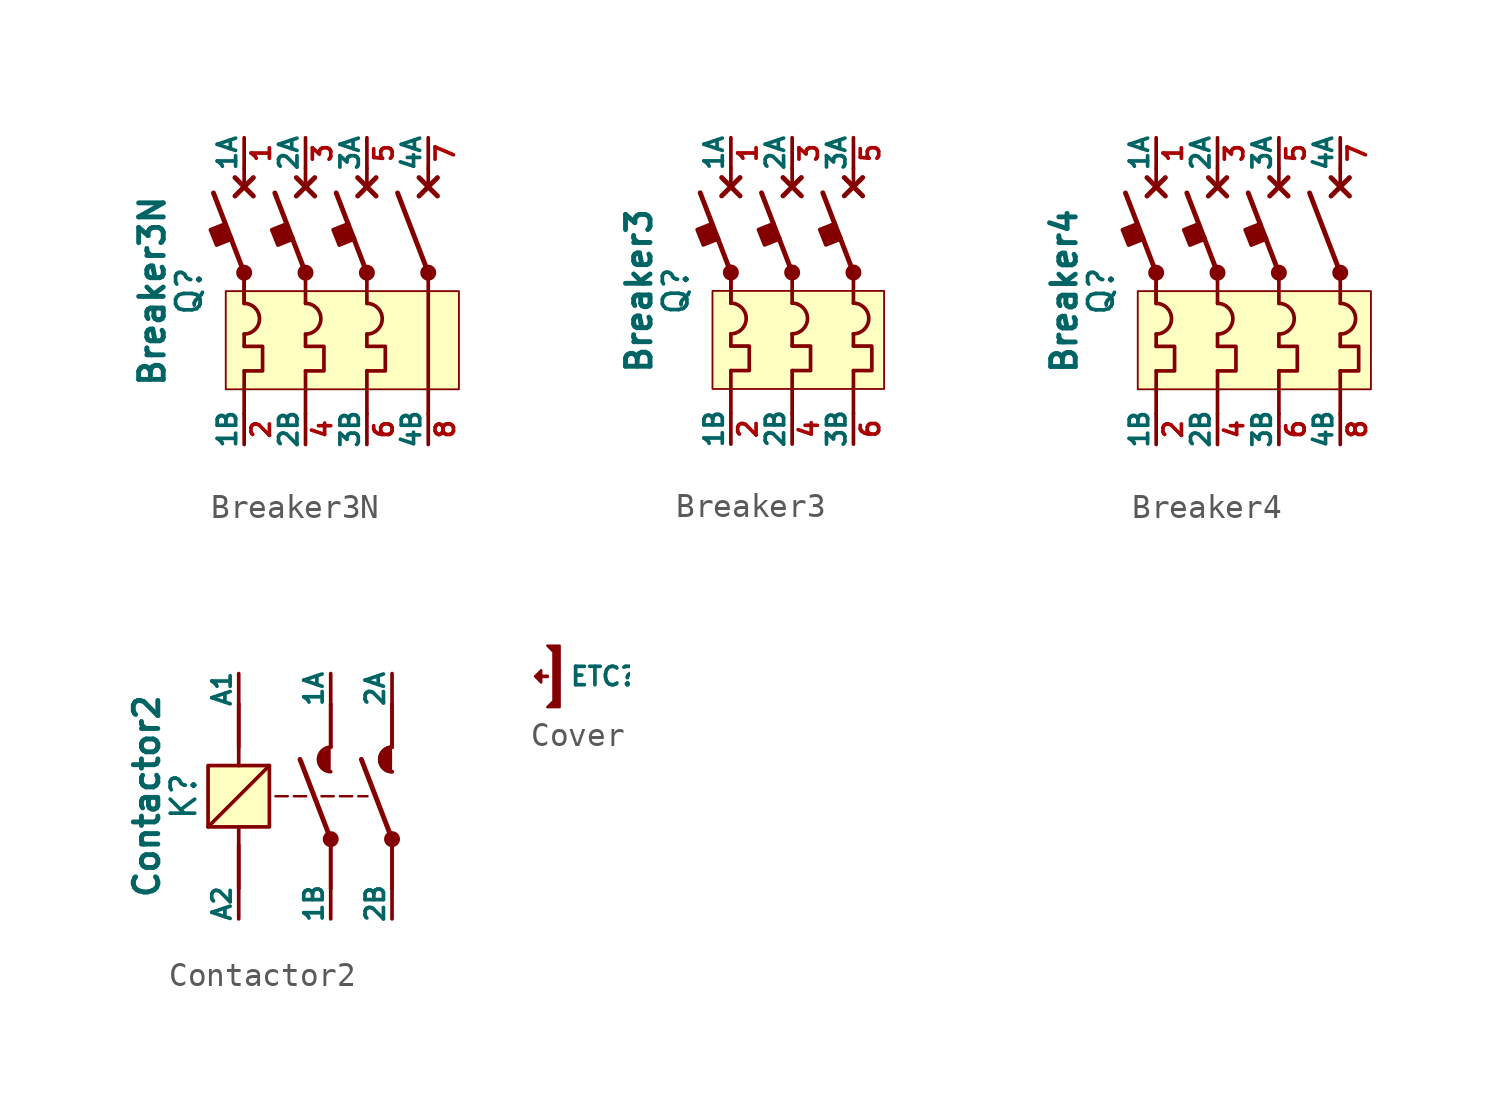
<source format=kicad_sym>
(kicad_symbol_lib
  (version 20231120)
  (generator "kicad_symbol_editor")
  (generator_version "8.0")
  (symbol "Breaker3N"
    (pin_names
      (offset 0))
    (property "Reference" "Q"
      (at -6.096 0 90)
      (effects (font (size 1.016 1.016))))
    (property "Value" "Breaker3N"
      (at -7.62 0 90)
      (effects (font (size 1.016 1.016) (bold yes))))
    (symbol "Breaker3N_0_1"
      (rectangle (start -4.572 0) (end 5.08 -4.064) (stroke (width 0.076) (type solid)) (fill (type background)))
      (arc (start -3.81 -1.778) (mid -3.1777 -1.143) (end -3.81 -0.508) (stroke (width 0) (type solid)) (fill (type none)))
      (arc (start -1.27 -1.778) (mid -0.6377 -1.143) (end -1.27 -0.508) (stroke (width 0) (type solid)) (fill (type none)))
      (polyline (pts (xy -4.191 3.937) (xy -3.429 4.699)) (stroke (width 0.203) (type solid)) (fill (type none)))
      (polyline (pts (xy -4.191 4.699) (xy -3.429 3.937)) (stroke (width 0.203) (type solid)) (fill (type none)))
      (polyline (pts (xy -3.81 -3.302) (xy -3.81 -5.08)) (stroke (width 0) (type solid)) (fill (type none)))
      (polyline (pts (xy -3.81 -1.778) (xy -3.81 -2.286)) (stroke (width 0) (type solid)) (fill (type none)))
      (polyline (pts (xy -3.81 0.508) (xy -3.81 -0.508)) (stroke (width 0) (type solid)) (fill (type none)))
      (polyline (pts (xy -3.81 0.508) (xy -3.81 -0.508)) (stroke (width 0) (type solid)) (fill (type none)))
      (polyline (pts (xy -3.81 5.08) (xy -3.81 4.318)) (stroke (width 0) (type solid)) (fill (type none)))
      (polyline (pts (xy -1.651 3.937) (xy -0.889 4.699)) (stroke (width 0.203) (type solid)) (fill (type none)))
      (polyline (pts (xy -1.651 4.699) (xy -0.889 3.937)) (stroke (width 0.203) (type solid)) (fill (type none)))
      (polyline (pts (xy -1.27 -3.302) (xy -1.27 -5.08)) (stroke (width 0) (type solid)) (fill (type none)))
      (polyline (pts (xy -1.27 -1.778) (xy -1.27 -2.286)) (stroke (width 0) (type solid)) (fill (type none)))
      (polyline (pts (xy -1.27 0.508) (xy -1.27 -0.508)) (stroke (width 0) (type solid)) (fill (type none)))
      (polyline (pts (xy -1.27 5.08) (xy -1.27 4.318)) (stroke (width 0) (type solid)) (fill (type none)))
      (polyline (pts (xy 0.889 3.937) (xy 1.651 4.699)) (stroke (width 0.203) (type solid)) (fill (type none)))
      (polyline (pts (xy 0.889 4.699) (xy 1.651 3.937)) (stroke (width 0.203) (type solid)) (fill (type none)))
      (polyline (pts (xy 1.27 -3.302) (xy 1.27 -5.08)) (stroke (width 0) (type solid)) (fill (type none)))
      (polyline (pts (xy 1.27 -1.778) (xy 1.27 -2.286)) (stroke (width 0) (type solid)) (fill (type none)))
      (polyline (pts (xy 1.27 0.508) (xy 1.27 -0.508)) (stroke (width 0) (type solid)) (fill (type none)))
      (polyline (pts (xy 1.27 5.08) (xy 1.27 4.318)) (stroke (width 0) (type solid)) (fill (type none)))
      (polyline (pts (xy 3.429 3.937) (xy 4.191 4.699)) (stroke (width 0.203) (type solid)) (fill (type none)))
      (polyline (pts (xy 3.429 4.699) (xy 4.191 3.937)) (stroke (width 0.203) (type solid)) (fill (type none)))
      (polyline (pts (xy 3.81 0.762) (xy 3.81 -5.08)) (stroke (width 0) (type solid)) (fill (type none)))
      (polyline (pts (xy 3.81 5.08) (xy 3.81 4.318)) (stroke (width 0) (type solid)) (fill (type none)))
      (polyline (pts (xy -3.81 -2.286) (xy -3.048 -2.286) (xy -3.048 -3.302) (xy -3.81 -3.302)) (stroke (width 0) (type solid)) (fill (type none)))
      (polyline (pts (xy -1.27 -2.286) (xy -0.508 -2.286) (xy -0.508 -3.302) (xy -1.27 -3.302)) (stroke (width 0) (type solid)) (fill (type none)))
      (polyline (pts (xy 1.27 -2.286) (xy 2.032 -2.286) (xy 2.032 -3.302) (xy 1.27 -3.302)) (stroke (width 0) (type solid)) (fill (type none)))
      (polyline (pts (xy -4.572 2.794) (xy -5.207 2.54) (xy -4.953 1.905) (xy -4.318 2.159) (xy -4.572 2.667)) (stroke (width 0) (type solid)) (fill (type outline)))
      (polyline (pts (xy -2.032 2.794) (xy -2.667 2.54) (xy -2.413 1.905) (xy -1.778 2.159) (xy -2.032 2.667)) (stroke (width 0) (type solid)) (fill (type outline)))
      (polyline (pts (xy 0.508 2.794) (xy -0.127 2.54) (xy 0.127 1.905) (xy 0.762 2.159) (xy 0.508 2.667)) (stroke (width 0) (type solid)) (fill (type outline)))
      (arc (start 1.27 -1.778) (mid 1.9022 -1.143) (end 1.27 -0.508) (stroke (width 0) (type solid)) (fill (type none))))
    (symbol "Breaker3N_1_1"
      (circle (center -3.81 0.762) (radius 0.254) (stroke (width 0) (type solid)) (fill (type outline)))
      (circle (center -1.27 0.762) (radius 0.254) (stroke (width 0) (type solid)) (fill (type outline)))
      (polyline (pts (xy -3.81 0.762) (xy -5.08 4.064)) (stroke (width 0.203) (type solid)) (fill (type none)))
      (polyline (pts (xy -1.27 0.762) (xy -2.54 4.064)) (stroke (width 0.203) (type solid)) (fill (type none)))
      (polyline (pts (xy 1.27 0.762) (xy 0 4.064)) (stroke (width 0.203) (type solid)) (fill (type none)))
      (polyline (pts (xy 3.81 0.762) (xy 2.54 4.064)) (stroke (width 0.203) (type solid)) (fill (type none)))
      (circle (center 1.27 0.762) (radius 0.254) (stroke (width 0) (type solid)) (fill (type outline)))
      (circle (center 3.81 0.762) (radius 0.254) (stroke (width 0) (type solid)) (fill (type outline)))
      (pin passive line (at -3.81 6.35 270) (length 1.27) (name "1A" (effects (font (size 0.762 0.762)))) (number "1" (effects (font (size 0.762 0.762)))))
      (pin passive line (at -3.81 -6.35 90) (length 1.27) (name "1B" (effects (font (size 0.762 0.762)))) (number "2" (effects (font (size 0.762 0.762)))))
      (pin passive line (at -1.27 6.35 270) (length 1.27) (name "2A" (effects (font (size 0.762 0.762)))) (number "3" (effects (font (size 0.762 0.762)))))
      (pin passive line (at -1.27 -6.35 90) (length 1.27) (name "2B" (effects (font (size 0.762 0.762)))) (number "4" (effects (font (size 0.762 0.762)))))
      (pin passive line (at 1.27 6.35 270) (length 1.27) (name "3A" (effects (font (size 0.762 0.762)))) (number "5" (effects (font (size 0.762 0.762)))))
      (pin passive line (at 1.27 -6.35 90) (length 1.27) (name "3B" (effects (font (size 0.762 0.762)))) (number "6" (effects (font (size 0.762 0.762)))))
      (pin passive line (at 3.81 6.35 270) (length 1.27) (name "4A" (effects (font (size 0.762 0.762)))) (number "7" (effects (font (size 0.762 0.762)))))
      (pin passive line (at 3.81 -6.35 90) (length 1.27) (name "4B" (effects (font (size 0.762 0.762)))) (number "8" (effects (font (size 0.762 0.762)))))))
  (symbol "Breaker3"
    (pin_names
      (offset 0))
    (property "Reference" "Q"
      (at -4.826 0 90)
      (effects (font (size 1.016 1.016))))
    (property "Value" "Breaker3"
      (at -6.35 0 90)
      (effects (font (size 1.016 1.016) (bold yes))))
    (symbol "Breaker3_0_1"
      (rectangle (start -3.302 0) (end 3.81 -4.064) (stroke (width 0.076) (type solid)) (fill (type background)))
      (arc (start -2.54 -1.778) (mid -1.9077 -1.143) (end -2.54 -0.508) (stroke (width 0) (type solid)) (fill (type none)))
      (arc (start 0 -1.778) (mid 0.6323 -1.143) (end 0 -0.508) (stroke (width 0) (type solid)) (fill (type none)))
      (polyline (pts (xy -2.921 3.937) (xy -2.159 4.699)) (stroke (width 0.203) (type solid)) (fill (type none)))
      (polyline (pts (xy -2.921 4.699) (xy -2.159 3.937)) (stroke (width 0.203) (type solid)) (fill (type none)))
      (polyline (pts (xy -2.54 -3.302) (xy -2.54 -5.08)) (stroke (width 0) (type solid)) (fill (type none)))
      (polyline (pts (xy -2.54 -1.778) (xy -2.54 -2.286)) (stroke (width 0) (type solid)) (fill (type none)))
      (polyline (pts (xy -2.54 0.508) (xy -2.54 -0.508)) (stroke (width 0) (type solid)) (fill (type none)))
      (polyline (pts (xy -2.54 0.508) (xy -2.54 -0.508)) (stroke (width 0) (type solid)) (fill (type none)))
      (polyline (pts (xy -2.54 5.08) (xy -2.54 4.318)) (stroke (width 0) (type solid)) (fill (type none)))
      (polyline (pts (xy -0.381 3.937) (xy 0.381 4.699)) (stroke (width 0.203) (type solid)) (fill (type none)))
      (polyline (pts (xy -0.381 4.699) (xy 0.381 3.937)) (stroke (width 0.203) (type solid)) (fill (type none)))
      (polyline (pts (xy 0 -3.302) (xy 0 -5.08)) (stroke (width 0) (type solid)) (fill (type none)))
      (polyline (pts (xy 0 -1.778) (xy 0 -2.286)) (stroke (width 0) (type solid)) (fill (type none)))
      (polyline (pts (xy 0 0.508) (xy 0 -0.508)) (stroke (width 0) (type solid)) (fill (type none)))
      (polyline (pts (xy 0 5.08) (xy 0 4.318)) (stroke (width 0) (type solid)) (fill (type none)))
      (polyline (pts (xy 2.159 3.937) (xy 2.921 4.699)) (stroke (width 0.203) (type solid)) (fill (type none)))
      (polyline (pts (xy 2.159 4.699) (xy 2.921 3.937)) (stroke (width 0.203) (type solid)) (fill (type none)))
      (polyline (pts (xy 2.54 -3.302) (xy 2.54 -5.08)) (stroke (width 0) (type solid)) (fill (type none)))
      (polyline (pts (xy 2.54 -1.778) (xy 2.54 -2.286)) (stroke (width 0) (type solid)) (fill (type none)))
      (polyline (pts (xy 2.54 0.508) (xy 2.54 -0.508)) (stroke (width 0) (type solid)) (fill (type none)))
      (polyline (pts (xy 2.54 5.08) (xy 2.54 4.318)) (stroke (width 0) (type solid)) (fill (type none)))
      (polyline (pts (xy -2.54 -2.286) (xy -1.778 -2.286) (xy -1.778 -3.302) (xy -2.54 -3.302)) (stroke (width 0) (type solid)) (fill (type none)))
      (polyline (pts (xy 0 -2.286) (xy 0.762 -2.286) (xy 0.762 -3.302) (xy 0 -3.302)) (stroke (width 0) (type solid)) (fill (type none)))
      (polyline (pts (xy 2.54 -2.286) (xy 3.302 -2.286) (xy 3.302 -3.302) (xy 2.54 -3.302)) (stroke (width 0) (type solid)) (fill (type none)))
      (polyline (pts (xy -3.302 2.794) (xy -3.937 2.54) (xy -3.683 1.905) (xy -3.048 2.159) (xy -3.302 2.667)) (stroke (width 0) (type solid)) (fill (type outline)))
      (polyline (pts (xy -0.762 2.794) (xy -1.397 2.54) (xy -1.143 1.905) (xy -0.508 2.159) (xy -0.762 2.667)) (stroke (width 0) (type solid)) (fill (type outline)))
      (polyline (pts (xy 1.778 2.794) (xy 1.143 2.54) (xy 1.397 1.905) (xy 2.032 2.159) (xy 1.778 2.667)) (stroke (width 0) (type solid)) (fill (type outline)))
      (arc (start 2.54 -1.778) (mid 3.1722 -1.143) (end 2.54 -0.508) (stroke (width 0) (type solid)) (fill (type none))))
    (symbol "Breaker3_1_1"
      (circle (center -2.54 0.762) (radius 0.254) (stroke (width 0) (type solid)) (fill (type outline)))
      (polyline (pts (xy -2.54 0.762) (xy -3.81 4.064)) (stroke (width 0.203) (type solid)) (fill (type none)))
      (polyline (pts (xy 0 0.762) (xy -1.27 4.064)) (stroke (width 0.203) (type solid)) (fill (type none)))
      (polyline (pts (xy 2.54 0.762) (xy 1.27 4.064)) (stroke (width 0.203) (type solid)) (fill (type none)))
      (circle (center 0 0.762) (radius 0.254) (stroke (width 0) (type solid)) (fill (type outline)))
      (circle (center 2.54 0.762) (radius 0.254) (stroke (width 0) (type solid)) (fill (type outline)))
      (pin passive line (at -2.54 6.35 270) (length 1.27) (name "1A" (effects (font (size 0.762 0.762)))) (number "1" (effects (font (size 0.762 0.762)))))
      (pin passive line (at -2.54 -6.35 90) (length 1.27) (name "1B" (effects (font (size 0.762 0.762)))) (number "2" (effects (font (size 0.762 0.762)))))
      (pin passive line (at 0 6.35 270) (length 1.27) (name "2A" (effects (font (size 0.762 0.762)))) (number "3" (effects (font (size 0.762 0.762)))))
      (pin passive line (at 0 -6.35 90) (length 1.27) (name "2B" (effects (font (size 0.762 0.762)))) (number "4" (effects (font (size 0.762 0.762)))))
      (pin passive line (at 2.54 6.35 270) (length 1.27) (name "3A" (effects (font (size 0.762 0.762)))) (number "5" (effects (font (size 0.762 0.762)))))
      (pin passive line (at 2.54 -6.35 90) (length 1.27) (name "3B" (effects (font (size 0.762 0.762)))) (number "6" (effects (font (size 0.762 0.762)))))))
  (symbol "Breaker4"
    (pin_names
      (offset 0))
    (property "Reference" "Q"
      (at -6.096 0 90)
      (effects (font (size 1.016 1.016))))
    (property "Value" "Breaker4"
      (at -7.62 0 90)
      (effects (font (size 1.016 1.016) (bold yes))))
    (symbol "Breaker4_0_1"
      (rectangle (start -4.572 0) (end 5.08 -4.064) (stroke (width 0.076) (type solid)) (fill (type background)))
      (arc (start -3.81 -1.778) (mid -3.1777 -1.143) (end -3.81 -0.508) (stroke (width 0) (type solid)) (fill (type none)))
      (arc (start -1.27 -1.778) (mid -0.6377 -1.143) (end -1.27 -0.508) (stroke (width 0) (type solid)) (fill (type none)))
      (polyline (pts (xy -4.191 3.937) (xy -3.429 4.699)) (stroke (width 0.203) (type solid)) (fill (type none)))
      (polyline (pts (xy -4.191 4.699) (xy -3.429 3.937)) (stroke (width 0.203) (type solid)) (fill (type none)))
      (polyline (pts (xy -3.81 -3.302) (xy -3.81 -5.08)) (stroke (width 0) (type solid)) (fill (type none)))
      (polyline (pts (xy -3.81 -1.778) (xy -3.81 -2.286)) (stroke (width 0) (type solid)) (fill (type none)))
      (polyline (pts (xy -3.81 0.508) (xy -3.81 -0.508)) (stroke (width 0) (type solid)) (fill (type none)))
      (polyline (pts (xy -3.81 0.508) (xy -3.81 -0.508)) (stroke (width 0) (type solid)) (fill (type none)))
      (polyline (pts (xy -3.81 5.08) (xy -3.81 4.318)) (stroke (width 0) (type solid)) (fill (type none)))
      (polyline (pts (xy -1.651 3.937) (xy -0.889 4.699)) (stroke (width 0.203) (type solid)) (fill (type none)))
      (polyline (pts (xy -1.651 4.699) (xy -0.889 3.937)) (stroke (width 0.203) (type solid)) (fill (type none)))
      (polyline (pts (xy -1.27 -3.302) (xy -1.27 -5.08)) (stroke (width 0) (type solid)) (fill (type none)))
      (polyline (pts (xy -1.27 -1.778) (xy -1.27 -2.286)) (stroke (width 0) (type solid)) (fill (type none)))
      (polyline (pts (xy -1.27 0.508) (xy -1.27 -0.508)) (stroke (width 0) (type solid)) (fill (type none)))
      (polyline (pts (xy -1.27 5.08) (xy -1.27 4.318)) (stroke (width 0) (type solid)) (fill (type none)))
      (polyline (pts (xy 0.889 3.937) (xy 1.651 4.699)) (stroke (width 0.203) (type solid)) (fill (type none)))
      (polyline (pts (xy 0.889 4.699) (xy 1.651 3.937)) (stroke (width 0.203) (type solid)) (fill (type none)))
      (polyline (pts (xy 1.27 -3.302) (xy 1.27 -5.08)) (stroke (width 0) (type solid)) (fill (type none)))
      (polyline (pts (xy 1.27 -1.778) (xy 1.27 -2.286)) (stroke (width 0) (type solid)) (fill (type none)))
      (polyline (pts (xy 1.27 0.508) (xy 1.27 -0.508)) (stroke (width 0) (type solid)) (fill (type none)))
      (polyline (pts (xy 1.27 5.08) (xy 1.27 4.318)) (stroke (width 0) (type solid)) (fill (type none)))
      (polyline (pts (xy 3.429 3.937) (xy 4.191 4.699)) (stroke (width 0.203) (type solid)) (fill (type none)))
      (polyline (pts (xy 3.429 4.699) (xy 4.191 3.937)) (stroke (width 0.203) (type solid)) (fill (type none)))
      (polyline (pts (xy 3.81 -3.302) (xy 3.81 -5.08)) (stroke (width 0) (type solid)) (fill (type none)))
      (polyline (pts (xy 3.81 -1.778) (xy 3.81 -2.286)) (stroke (width 0) (type solid)) (fill (type none)))
      (polyline (pts (xy 3.81 0.508) (xy 3.81 -0.508)) (stroke (width 0) (type solid)) (fill (type none)))
      (polyline (pts (xy 3.81 5.08) (xy 3.81 4.318)) (stroke (width 0) (type solid)) (fill (type none)))
      (polyline (pts (xy -3.81 -2.286) (xy -3.048 -2.286) (xy -3.048 -3.302) (xy -3.81 -3.302)) (stroke (width 0) (type solid)) (fill (type none)))
      (polyline (pts (xy -1.27 -2.286) (xy -0.508 -2.286) (xy -0.508 -3.302) (xy -1.27 -3.302)) (stroke (width 0) (type solid)) (fill (type none)))
      (polyline (pts (xy 1.27 -2.286) (xy 2.032 -2.286) (xy 2.032 -3.302) (xy 1.27 -3.302)) (stroke (width 0) (type solid)) (fill (type none)))
      (polyline (pts (xy 3.81 -2.286) (xy 4.572 -2.286) (xy 4.572 -3.302) (xy 3.81 -3.302)) (stroke (width 0) (type solid)) (fill (type none)))
      (polyline (pts (xy -4.572 2.794) (xy -5.207 2.54) (xy -4.953 1.905) (xy -4.318 2.159) (xy -4.572 2.667)) (stroke (width 0) (type solid)) (fill (type outline)))
      (polyline (pts (xy -2.032 2.794) (xy -2.667 2.54) (xy -2.413 1.905) (xy -1.778 2.159) (xy -2.032 2.667)) (stroke (width 0) (type solid)) (fill (type outline)))
      (polyline (pts (xy 0.508 2.794) (xy -0.127 2.54) (xy 0.127 1.905) (xy 0.762 2.159) (xy 0.508 2.667)) (stroke (width 0) (type solid)) (fill (type outline)))
      (arc (start 1.27 -1.778) (mid 1.9022 -1.143) (end 1.27 -0.508) (stroke (width 0) (type solid)) (fill (type none)))
      (arc (start 3.81 -1.778) (mid 4.4422 -1.143) (end 3.81 -0.508) (stroke (width 0) (type solid)) (fill (type none))))
    (symbol "Breaker4_1_1"
      (circle (center -3.81 0.762) (radius 0.254) (stroke (width 0) (type solid)) (fill (type outline)))
      (circle (center -1.27 0.762) (radius 0.254) (stroke (width 0) (type solid)) (fill (type outline)))
      (polyline (pts (xy -3.81 0.762) (xy -5.08 4.064)) (stroke (width 0.203) (type solid)) (fill (type none)))
      (polyline (pts (xy -1.27 0.762) (xy -2.54 4.064)) (stroke (width 0.203) (type solid)) (fill (type none)))
      (polyline (pts (xy 1.27 0.762) (xy 0 4.064)) (stroke (width 0.203) (type solid)) (fill (type none)))
      (polyline (pts (xy 3.81 0.762) (xy 2.54 4.064)) (stroke (width 0.203) (type solid)) (fill (type none)))
      (circle (center 1.27 0.762) (radius 0.254) (stroke (width 0) (type solid)) (fill (type outline)))
      (circle (center 3.81 0.762) (radius 0.254) (stroke (width 0) (type solid)) (fill (type outline)))
      (pin passive line (at -3.81 6.35 270) (length 1.27) (name "1A" (effects (font (size 0.762 0.762)))) (number "1" (effects (font (size 0.762 0.762)))))
      (pin passive line (at -3.81 -6.35 90) (length 1.27) (name "1B" (effects (font (size 0.762 0.762)))) (number "2" (effects (font (size 0.762 0.762)))))
      (pin passive line (at -1.27 6.35 270) (length 1.27) (name "2A" (effects (font (size 0.762 0.762)))) (number "3" (effects (font (size 0.762 0.762)))))
      (pin passive line (at -1.27 -6.35 90) (length 1.27) (name "2B" (effects (font (size 0.762 0.762)))) (number "4" (effects (font (size 0.762 0.762)))))
      (pin passive line (at 1.27 6.35 270) (length 1.27) (name "3A" (effects (font (size 0.762 0.762)))) (number "5" (effects (font (size 0.762 0.762)))))
      (pin passive line (at 1.27 -6.35 90) (length 1.27) (name "3B" (effects (font (size 0.762 0.762)))) (number "6" (effects (font (size 0.762 0.762)))))
      (pin passive line (at 3.81 6.35 270) (length 1.27) (name "4A" (effects (font (size 0.762 0.762)))) (number "7" (effects (font (size 0.762 0.762)))))
      (pin passive line (at 3.81 -6.35 90) (length 1.27) (name "4B" (effects (font (size 0.762 0.762)))) (number "8" (effects (font (size 0.762 0.762)))))))
  (symbol "Contactor2"
    (pin_numbers hide)
    (pin_names
      (offset 0))
    (property "Reference" "K"
      (at -4.826 0 90)
      (effects (font (size 1.016 1.016))))
    (property "Value" "Contactor2"
      (at -6.35 0 90)
      (effects (font (size 1.016 1.016) (bold yes))))
    (symbol "Contactor2_0_1"
      (rectangle (start -3.81 1.27) (end -1.27 -1.27) (stroke (width 0) (type solid)) (fill (type background)))
      (polyline (pts (xy -2.54 -2.032) (xy -2.54 -3.81)) (stroke (width 0) (type solid)) (fill (type none)))
      (polyline (pts (xy -2.54 -1.27) (xy -2.54 -3.81)) (stroke (width 0) (type solid)) (fill (type none)))
      (polyline (pts (xy -2.54 3.81) (xy -2.54 1.27)) (stroke (width 0) (type solid)) (fill (type none)))
      (polyline (pts (xy -2.54 3.81) (xy -2.54 2.032)) (stroke (width 0) (type solid)) (fill (type none)))
      (polyline (pts (xy -1.27 1.27) (xy -3.81 -1.27)) (stroke (width 0) (type solid)) (fill (type none)))
      (polyline (pts (xy -1.016 0) (xy -0.508 0)) (stroke (width 0.102) (type solid)) (fill (type none)))
      (polyline (pts (xy -0.254 0) (xy 0.254 0)) (stroke (width 0.102) (type solid)) (fill (type none)))
      (polyline (pts (xy 0.889 0) (xy 1.397 0)) (stroke (width 0.102) (type solid)) (fill (type none)))
      (polyline (pts (xy 1.27 -2.032) (xy 1.27 -3.81)) (stroke (width 0) (type solid)) (fill (type none)))
      (polyline (pts (xy 1.27 -2.032) (xy 1.27 -3.81)) (stroke (width 0) (type solid)) (fill (type none)))
      (polyline (pts (xy 1.27 3.81) (xy 1.27 2.032)) (stroke (width 0) (type solid)) (fill (type none)))
      (polyline (pts (xy 1.27 3.81) (xy 1.27 2.032)) (stroke (width 0) (type solid)) (fill (type none)))
      (polyline (pts (xy 1.651 0) (xy 2.159 0)) (stroke (width 0.102) (type solid)) (fill (type none)))
      (polyline (pts (xy 2.413 0) (xy 2.794 0)) (stroke (width 0.102) (type solid)) (fill (type none)))
      (polyline (pts (xy 3.81 -2.032) (xy 3.81 -3.81)) (stroke (width 0) (type solid)) (fill (type none)))
      (polyline (pts (xy 3.81 -2.032) (xy 3.81 -3.81)) (stroke (width 0) (type solid)) (fill (type none)))
      (polyline (pts (xy 3.81 3.81) (xy 3.81 2.032)) (stroke (width 0) (type solid)) (fill (type none)))
      (polyline (pts (xy 3.81 3.81) (xy 3.81 2.032)) (stroke (width 0) (type solid)) (fill (type none)))
      (arc (start 1.27 2.032) (mid 0.7642 1.524) (end 1.27 1.016) (stroke (width 0) (type solid)) (fill (type outline)))
      (arc (start 3.81 2.032) (mid 3.3042 1.524) (end 3.81 1.016) (stroke (width 0) (type solid)) (fill (type outline)))
      (arc (start 3.81 2.032) (mid 3.3042 1.524) (end 3.81 1.016) (stroke (width 0) (type solid)) (fill (type outline))))
    (symbol "Contactor2_1_1"
      (polyline (pts (xy 1.27 -1.778) (xy 0 1.524)) (stroke (width 0.203) (type solid)) (fill (type none)))
      (polyline (pts (xy 3.81 -1.778) (xy 2.54 1.524)) (stroke (width 0.203) (type solid)) (fill (type none)))
      (circle (center 1.27 -1.778) (radius 0.254) (stroke (width 0) (type solid)) (fill (type outline)))
      (circle (center 3.81 -1.778) (radius 0.254) (stroke (width 0) (type solid)) (fill (type outline)))
      (pin passive line (at 1.27 5.08 270) (length 1.27) (name "1A" (effects (font (size 0.762 0.762)))) (number "1" (effects (font (size 0.762 0.762)))))
      (pin passive line (at 1.27 -5.08 90) (length 1.27) (name "1B" (effects (font (size 0.762 0.762)))) (number "2" (effects (font (size 0.762 0.762)))))
      (pin passive line (at 3.81 5.08 270) (length 1.27) (name "2A" (effects (font (size 0.762 0.762)))) (number "3" (effects (font (size 0.762 0.762)))))
      (pin passive line (at 3.81 -5.08 90) (length 1.27) (name "2B" (effects (font (size 0.762 0.762)))) (number "4" (effects (font (size 0.762 0.762)))))
      (pin passive line (at -2.54 5.08 270) (length 1.27) (name "A1" (effects (font (size 0.762 0.762)))) (number "A1" (effects (font (size 0.762 0.762)))))
      (pin passive line (at -2.54 -5.08 90) (length 1.27) (name "A2" (effects (font (size 0.762 0.762)))) (number "A2" (effects (font (size 0.762 0.762)))))))
  (symbol "Cover"
    (pin_numbers hide)
    (pin_names
      (offset 0) hide)
    (property "Reference" "ETC"
      (at 0.635 0 0)
      (effects (font (size 0.762 0.762)) (justify left)))
    (symbol "Cover_0_1"
      (polyline (pts (xy -0.508 0) (xy -0.254 0)) (stroke (width 0) (type solid)) (fill (type none)))
      (polyline (pts (xy -0.508 0.254) (xy -0.508 -0.254) (xy -0.762 0) (xy -0.508 0.254)) (stroke (width 0.102) (type solid)) (fill (type outline)))
      (polyline (pts (xy 0.254 1.27) (xy -0.254 1.27) (xy 0 1.016) (xy 0 -1.016) (xy -0.254 -1.27) (xy 0.254 -1.27) (xy 0.254 1.27)) (stroke (width 0.102) (type solid)) (fill (type outline))))))
</source>
